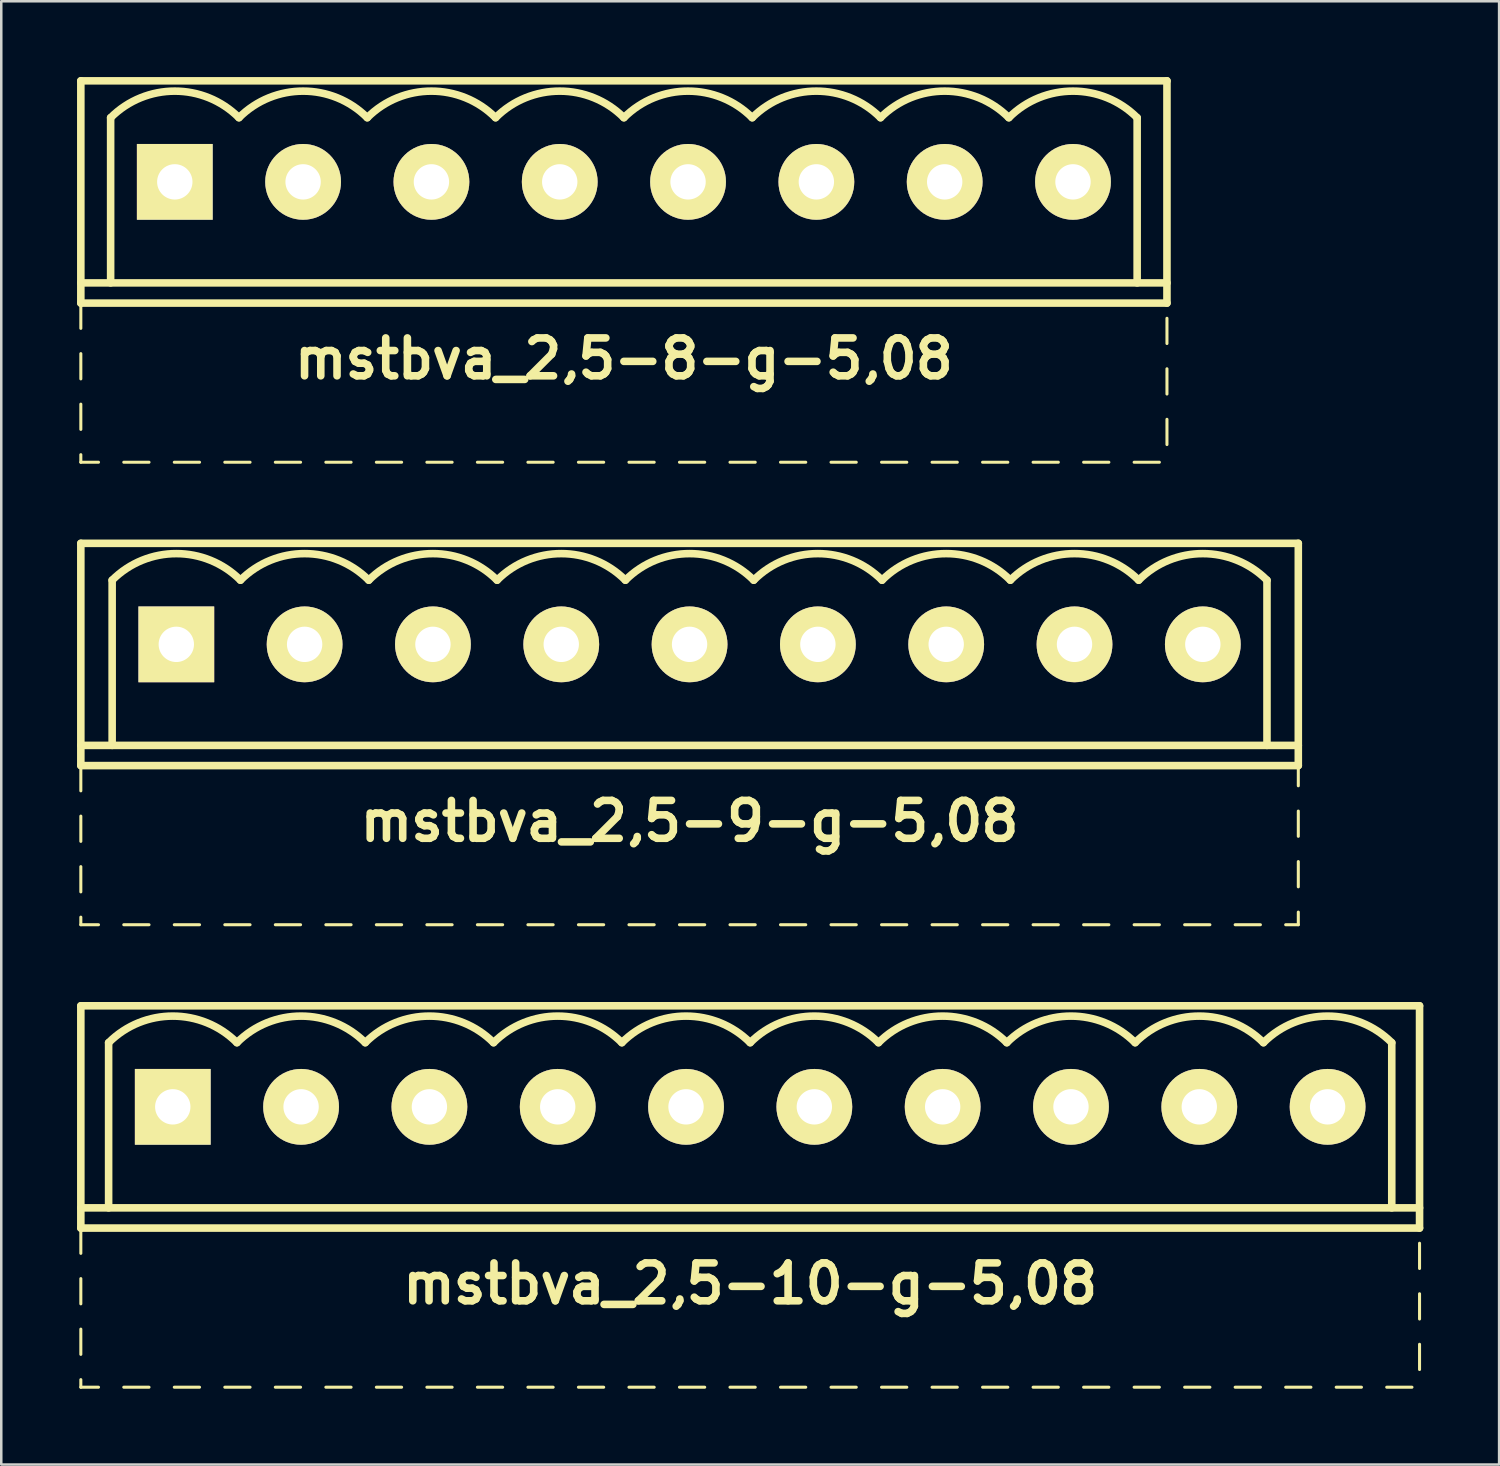
<source format=kicad_pcb>
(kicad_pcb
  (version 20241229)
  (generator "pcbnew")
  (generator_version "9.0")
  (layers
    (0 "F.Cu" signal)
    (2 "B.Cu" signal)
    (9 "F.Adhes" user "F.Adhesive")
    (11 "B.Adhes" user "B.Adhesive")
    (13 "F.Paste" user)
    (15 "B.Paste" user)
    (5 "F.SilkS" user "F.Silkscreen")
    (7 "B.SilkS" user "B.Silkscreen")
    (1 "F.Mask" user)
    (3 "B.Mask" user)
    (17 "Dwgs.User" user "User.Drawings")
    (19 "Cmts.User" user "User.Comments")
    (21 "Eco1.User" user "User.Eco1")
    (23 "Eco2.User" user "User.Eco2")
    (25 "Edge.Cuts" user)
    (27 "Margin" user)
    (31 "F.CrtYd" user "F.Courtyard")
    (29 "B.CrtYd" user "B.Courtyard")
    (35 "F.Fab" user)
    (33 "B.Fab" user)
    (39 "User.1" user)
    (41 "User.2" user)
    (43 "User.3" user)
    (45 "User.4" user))
  (footprint "mstbva_2,5-9-g-5,08"
    (layer "F.Cu")
    (at 24.25 22.46)
    (property "Reference" "mstbva_2,5-9-g-5,08" (at 0 7 0) (layer "F.SilkS") (effects (font (size 1.5 1.5) (thickness 0.3))))
    (attr through_hole)
    (fp_line (start -24.1 -4) (end -24.1 4.8) (stroke (width 0.3) (type solid)) (layer "F.SilkS"))
    (fp_line (start -24.1 4) (end 24.1 4) (stroke (width 0.3) (type solid)) (layer "F.SilkS"))
    (fp_line (start -24.1 4.8) (end -24.1 5.8) (stroke (width 0.12) (type solid)) (layer "F.SilkS"))
    (fp_line (start -24.1 6.8) (end -24.1 7.8) (stroke (width 0.12) (type solid)) (layer "F.SilkS"))
    (fp_line (start -24.1 8.8) (end -24.1 9.8) (stroke (width 0.12) (type solid)) (layer "F.SilkS"))
    (fp_line (start -24.1 10.8) (end -24.1 11.1) (stroke (width 0.12) (type solid)) (layer "F.SilkS"))
    (fp_line (start -24.1 11.1) (end -23.4 11.1) (stroke (width 0.12) (type solid)) (layer "F.SilkS"))
    (fp_line (start -22.86 -2.54) (end -22.86 4) (stroke (width 0.3) (type solid)) (layer "F.SilkS"))
    (fp_line (start -22.4 11.1) (end -21.4 11.1) (stroke (width 0.12) (type solid)) (layer "F.SilkS"))
    (fp_line (start -20.4 11.1) (end -19.4 11.1) (stroke (width 0.12) (type solid)) (layer "F.SilkS"))
    (fp_line (start -18.4 11.1) (end -17.4 11.1) (stroke (width 0.12) (type solid)) (layer "F.SilkS"))
    (fp_line (start -16.4 11.1) (end -15.4 11.1) (stroke (width 0.12) (type solid)) (layer "F.SilkS"))
    (fp_line (start -14.4 11.1) (end -13.4 11.1) (stroke (width 0.12) (type solid)) (layer "F.SilkS"))
    (fp_line (start -12.4 11.1) (end -11.4 11.1) (stroke (width 0.12) (type solid)) (layer "F.SilkS"))
    (fp_line (start -10.4 11.1) (end -9.4 11.1) (stroke (width 0.12) (type solid)) (layer "F.SilkS"))
    (fp_line (start -8.4 11.1) (end -7.4 11.1) (stroke (width 0.12) (type solid)) (layer "F.SilkS"))
    (fp_line (start -6.4 11.1) (end -5.4 11.1) (stroke (width 0.12) (type solid)) (layer "F.SilkS"))
    (fp_line (start -4.4 11.1) (end -3.4 11.1) (stroke (width 0.12) (type solid)) (layer "F.SilkS"))
    (fp_line (start -2.4 11.1) (end -1.4 11.1) (stroke (width 0.12) (type solid)) (layer "F.SilkS"))
    (fp_line (start -0.4 11.1) (end 0.6 11.1) (stroke (width 0.12) (type solid)) (layer "F.SilkS"))
    (fp_line (start 1.6 11.1) (end 2.6 11.1) (stroke (width 0.12) (type solid)) (layer "F.SilkS"))
    (fp_line (start 3.6 11.1) (end 4.6 11.1) (stroke (width 0.12) (type solid)) (layer "F.SilkS"))
    (fp_line (start 5.6 11.1) (end 6.6 11.1) (stroke (width 0.12) (type solid)) (layer "F.SilkS"))
    (fp_line (start 7.6 11.1) (end 8.6 11.1) (stroke (width 0.12) (type solid)) (layer "F.SilkS"))
    (fp_line (start 9.6 11.1) (end 10.6 11.1) (stroke (width 0.12) (type solid)) (layer "F.SilkS"))
    (fp_line (start 11.6 11.1) (end 12.6 11.1) (stroke (width 0.12) (type solid)) (layer "F.SilkS"))
    (fp_line (start 13.6 11.1) (end 14.6 11.1) (stroke (width 0.12) (type solid)) (layer "F.SilkS"))
    (fp_line (start 15.6 11.1) (end 16.6 11.1) (stroke (width 0.12) (type solid)) (layer "F.SilkS"))
    (fp_line (start 17.6 11.1) (end 18.6 11.1) (stroke (width 0.12) (type solid)) (layer "F.SilkS"))
    (fp_line (start 19.6 11.1) (end 20.6 11.1) (stroke (width 0.12) (type solid)) (layer "F.SilkS"))
    (fp_line (start 21.6 11.1) (end 22.6 11.1) (stroke (width 0.12) (type solid)) (layer "F.SilkS"))
    (fp_line (start 22.86 -2.54) (end 22.86 4) (stroke (width 0.3) (type solid)) (layer "F.SilkS"))
    (fp_line (start 23.6 11.1) (end 24.1 11.1) (stroke (width 0.12) (type solid)) (layer "F.SilkS"))
    (fp_line (start 24.1 -4) (end -24.1 -4) (stroke (width 0.3) (type solid)) (layer "F.SilkS"))
    (fp_line (start 24.1 4.8) (end -24.1 4.8) (stroke (width 0.3) (type solid)) (layer "F.SilkS"))
    (fp_line (start 24.1 4.8) (end 24.1 -4) (stroke (width 0.3) (type solid)) (layer "F.SilkS"))
    (fp_line (start 24.1 5.6) (end 24.1 4.8) (stroke (width 0.12) (type solid)) (layer "F.SilkS"))
    (fp_line (start 24.1 7.6) (end 24.1 6.6) (stroke (width 0.12) (type solid)) (layer "F.SilkS"))
    (fp_line (start 24.1 9.6) (end 24.1 8.6) (stroke (width 0.12) (type solid)) (layer "F.SilkS"))
    (fp_line (start 24.1 11.1) (end 24.1 10.6) (stroke (width 0.12) (type solid)) (layer "F.SilkS"))
    (fp_arc (start -22.86 -2.54) (mid -20.32 -3.592102) (end -17.78 -2.54) (stroke (width 0.3) (type solid)) (layer "F.SilkS"))
    (fp_arc (start -17.78 -2.54) (mid -15.24 -3.592102) (end -12.7 -2.54) (stroke (width 0.3) (type solid)) (layer "F.SilkS"))
    (fp_arc (start -12.7 -2.54) (mid -10.16 -3.592102) (end -7.62 -2.54) (stroke (width 0.3) (type solid)) (layer "F.SilkS"))
    (fp_arc (start -7.62 -2.54) (mid -5.08 -3.592102) (end -2.54 -2.54) (stroke (width 0.3) (type solid)) (layer "F.SilkS"))
    (fp_arc (start -2.54 -2.54) (mid 0 -3.592102) (end 2.54 -2.54) (stroke (width 0.3) (type solid)) (layer "F.SilkS"))
    (fp_arc (start 2.54 -2.54) (mid 5.08 -3.592102) (end 7.62 -2.54) (stroke (width 0.3) (type solid)) (layer "F.SilkS"))
    (fp_arc (start 7.62 -2.54) (mid 10.16 -3.592102) (end 12.7 -2.54) (stroke (width 0.3) (type solid)) (layer "F.SilkS"))
    (fp_arc (start 12.7 -2.54) (mid 15.24 -3.592102) (end 17.78 -2.54) (stroke (width 0.3) (type solid)) (layer "F.SilkS"))
    (fp_arc (start 17.78 -2.54) (mid 20.32 -3.592102) (end 22.86 -2.54) (stroke (width 0.3) (type solid)) (layer "F.SilkS"))
    (pad "1" thru_hole rect (at -20.32 0) (size 3 3) (drill 1.4) (layers "*.Cu" "*.Mask" "F.SilkS"))
    (pad "2" thru_hole circle (at -15.24 0) (size 3 3) (drill 1.4) (layers "*.Cu" "*.Mask" "F.SilkS"))
    (pad "3" thru_hole circle (at -10.16 0) (size 3 3) (drill 1.4) (layers "*.Cu" "*.Mask" "F.SilkS"))
    (pad "4" thru_hole circle (at -5.08 0) (size 3 3) (drill 1.4) (layers "*.Cu" "*.Mask" "F.SilkS"))
    (pad "5" thru_hole circle (at 0 0) (size 3 3) (drill 1.4) (layers "*.Cu" "*.Mask" "F.SilkS"))
    (pad "6" thru_hole circle (at 5.08 0) (size 3 3) (drill 1.4) (layers "*.Cu" "*.Mask" "F.SilkS"))
    (pad "7" thru_hole circle (at 10.16 0) (size 3 3) (drill 1.4) (layers "*.Cu" "*.Mask" "F.SilkS"))
    (pad "8" thru_hole circle (at 15.24 0) (size 3 3) (drill 1.4) (layers "*.Cu" "*.Mask" "F.SilkS"))
    (pad "9" thru_hole circle (at 20.32 0) (size 3 3) (drill 1.4) (layers "*.Cu" "*.Mask" "F.SilkS")))
  (footprint "mstbva_2,5-10-g-5,08"
    (layer "F.Cu")
    (at 26.65 40.77)
    (property "Reference" "mstbva_2,5-10-g-5,08" (at 0 7 0) (layer "F.SilkS") (effects (font (size 1.5 1.5) (thickness 0.3))))
    (attr through_hole)
    (fp_line (start -26.5 -4) (end -26.5 4.8) (stroke (width 0.3) (type solid)) (layer "F.SilkS"))
    (fp_line (start -26.5 4) (end 26.5 4) (stroke (width 0.3) (type solid)) (layer "F.SilkS"))
    (fp_line (start -26.5 4.8) (end -26.5 5.8) (stroke (width 0.12) (type solid)) (layer "F.SilkS"))
    (fp_line (start -26.5 6.8) (end -26.5 7.8) (stroke (width 0.12) (type solid)) (layer "F.SilkS"))
    (fp_line (start -26.5 8.8) (end -26.5 9.8) (stroke (width 0.12) (type solid)) (layer "F.SilkS"))
    (fp_line (start -26.5 10.8) (end -26.5 11.1) (stroke (width 0.12) (type solid)) (layer "F.SilkS"))
    (fp_line (start -26.5 11.1) (end -25.8 11.1) (stroke (width 0.12) (type solid)) (layer "F.SilkS"))
    (fp_line (start -25.4 -2.54) (end -25.4 4) (stroke (width 0.3) (type solid)) (layer "F.SilkS"))
    (fp_line (start -24.8 11.1) (end -23.8 11.1) (stroke (width 0.12) (type solid)) (layer "F.SilkS"))
    (fp_line (start -22.8 11.1) (end -21.8 11.1) (stroke (width 0.12) (type solid)) (layer "F.SilkS"))
    (fp_line (start -20.8 11.1) (end -19.8 11.1) (stroke (width 0.12) (type solid)) (layer "F.SilkS"))
    (fp_line (start -18.8 11.1) (end -17.8 11.1) (stroke (width 0.12) (type solid)) (layer "F.SilkS"))
    (fp_line (start -16.8 11.1) (end -15.8 11.1) (stroke (width 0.12) (type solid)) (layer "F.SilkS"))
    (fp_line (start -14.8 11.1) (end -13.8 11.1) (stroke (width 0.12) (type solid)) (layer "F.SilkS"))
    (fp_line (start -12.8 11.1) (end -11.8 11.1) (stroke (width 0.12) (type solid)) (layer "F.SilkS"))
    (fp_line (start -10.8 11.1) (end -9.8 11.1) (stroke (width 0.12) (type solid)) (layer "F.SilkS"))
    (fp_line (start -8.8 11.1) (end -7.8 11.1) (stroke (width 0.12) (type solid)) (layer "F.SilkS"))
    (fp_line (start -6.8 11.1) (end -5.8 11.1) (stroke (width 0.12) (type solid)) (layer "F.SilkS"))
    (fp_line (start -4.8 11.1) (end -3.8 11.1) (stroke (width 0.12) (type solid)) (layer "F.SilkS"))
    (fp_line (start -2.8 11.1) (end -1.8 11.1) (stroke (width 0.12) (type solid)) (layer "F.SilkS"))
    (fp_line (start -0.8 11.1) (end 0.2 11.1) (stroke (width 0.12) (type solid)) (layer "F.SilkS"))
    (fp_line (start 1.2 11.1) (end 2.2 11.1) (stroke (width 0.12) (type solid)) (layer "F.SilkS"))
    (fp_line (start 3.2 11.1) (end 4.2 11.1) (stroke (width 0.12) (type solid)) (layer "F.SilkS"))
    (fp_line (start 5.2 11.1) (end 6.2 11.1) (stroke (width 0.12) (type solid)) (layer "F.SilkS"))
    (fp_line (start 7.2 11.1) (end 8.2 11.1) (stroke (width 0.12) (type solid)) (layer "F.SilkS"))
    (fp_line (start 9.2 11.1) (end 10.2 11.1) (stroke (width 0.12) (type solid)) (layer "F.SilkS"))
    (fp_line (start 11.2 11.1) (end 12.2 11.1) (stroke (width 0.12) (type solid)) (layer "F.SilkS"))
    (fp_line (start 13.2 11.1) (end 14.2 11.1) (stroke (width 0.12) (type solid)) (layer "F.SilkS"))
    (fp_line (start 15.2 11.1) (end 16.2 11.1) (stroke (width 0.12) (type solid)) (layer "F.SilkS"))
    (fp_line (start 17.2 11.1) (end 18.2 11.1) (stroke (width 0.12) (type solid)) (layer "F.SilkS"))
    (fp_line (start 19.2 11.1) (end 20.2 11.1) (stroke (width 0.12) (type solid)) (layer "F.SilkS"))
    (fp_line (start 21.2 11.1) (end 22.2 11.1) (stroke (width 0.12) (type solid)) (layer "F.SilkS"))
    (fp_line (start 23.2 11.1) (end 24.2 11.1) (stroke (width 0.12) (type solid)) (layer "F.SilkS"))
    (fp_line (start 25.2 11.1) (end 26.2 11.1) (stroke (width 0.12) (type solid)) (layer "F.SilkS"))
    (fp_line (start 25.4 -2.54) (end 25.4 4) (stroke (width 0.3) (type solid)) (layer "F.SilkS"))
    (fp_line (start 26.5 -4) (end -26.5 -4) (stroke (width 0.3) (type solid)) (layer "F.SilkS"))
    (fp_line (start 26.5 4.8) (end -26.5 4.8) (stroke (width 0.3) (type solid)) (layer "F.SilkS"))
    (fp_line (start 26.5 4.8) (end 26.5 -4) (stroke (width 0.3) (type solid)) (layer "F.SilkS"))
    (fp_line (start 26.5 6.4) (end 26.5 5.4) (stroke (width 0.12) (type solid)) (layer "F.SilkS"))
    (fp_line (start 26.5 8.4) (end 26.5 7.4) (stroke (width 0.12) (type solid)) (layer "F.SilkS"))
    (fp_line (start 26.5 10.4) (end 26.5 9.4) (stroke (width 0.12) (type solid)) (layer "F.SilkS"))
    (fp_arc (start -25.4 -2.54) (mid -22.86 -3.592102) (end -20.32 -2.54) (stroke (width 0.3) (type solid)) (layer "F.SilkS"))
    (fp_arc (start -20.32 -2.54) (mid -17.78 -3.592102) (end -15.24 -2.54) (stroke (width 0.3) (type solid)) (layer "F.SilkS"))
    (fp_arc (start -15.24 -2.54) (mid -12.7 -3.592102) (end -10.16 -2.54) (stroke (width 0.3) (type solid)) (layer "F.SilkS"))
    (fp_arc (start -10.16 -2.54) (mid -7.62 -3.592102) (end -5.08 -2.54) (stroke (width 0.3) (type solid)) (layer "F.SilkS"))
    (fp_arc (start -5.08 -2.54) (mid -2.54 -3.592102) (end 0 -2.54) (stroke (width 0.3) (type solid)) (layer "F.SilkS"))
    (fp_arc (start 0 -2.54) (mid 2.54 -3.592102) (end 5.08 -2.54) (stroke (width 0.3) (type solid)) (layer "F.SilkS"))
    (fp_arc (start 5.08 -2.54) (mid 7.62 -3.592102) (end 10.16 -2.54) (stroke (width 0.3) (type solid)) (layer "F.SilkS"))
    (fp_arc (start 10.16 -2.54) (mid 12.7 -3.592102) (end 15.24 -2.54) (stroke (width 0.3) (type solid)) (layer "F.SilkS"))
    (fp_arc (start 15.24 -2.54) (mid 17.78 -3.592102) (end 20.32 -2.54) (stroke (width 0.3) (type solid)) (layer "F.SilkS"))
    (fp_arc (start 20.32 -2.54) (mid 22.86 -3.592102) (end 25.4 -2.54) (stroke (width 0.3) (type solid)) (layer "F.SilkS"))
    (pad "1" thru_hole rect (at -22.86 0) (size 3 3) (drill 1.4) (layers "*.Cu" "*.Mask" "F.SilkS"))
    (pad "2" thru_hole circle (at -17.78 0) (size 3 3) (drill 1.4) (layers "*.Cu" "*.Mask" "F.SilkS"))
    (pad "3" thru_hole circle (at -12.7 0) (size 3 3) (drill 1.4) (layers "*.Cu" "*.Mask" "F.SilkS"))
    (pad "4" thru_hole circle (at -7.62 0) (size 3 3) (drill 1.4) (layers "*.Cu" "*.Mask" "F.SilkS"))
    (pad "5" thru_hole circle (at -2.54 0) (size 3 3) (drill 1.4) (layers "*.Cu" "*.Mask" "F.SilkS"))
    (pad "6" thru_hole circle (at 2.54 0) (size 3 3) (drill 1.4) (layers "*.Cu" "*.Mask" "F.SilkS"))
    (pad "7" thru_hole circle (at 7.62 0) (size 3 3) (drill 1.4) (layers "*.Cu" "*.Mask" "F.SilkS"))
    (pad "8" thru_hole circle (at 12.7 0) (size 3 3) (drill 1.4) (layers "*.Cu" "*.Mask" "F.SilkS"))
    (pad "9" thru_hole circle (at 17.78 0) (size 3 3) (drill 1.4) (layers "*.Cu" "*.Mask" "F.SilkS"))
    (pad "10" thru_hole circle (at 22.86 0) (size 3 3) (drill 1.4) (layers "*.Cu" "*.Mask" "F.SilkS")))
  (footprint "mstbva_2,5-8-g-5,08"
    (layer "F.Cu")
    (at 21.65 4.15)
    (property "Reference" "mstbva_2,5-8-g-5,08" (at 0 7 0) (layer "F.SilkS") (effects (font (size 1.5 1.5) (thickness 0.3))))
    (attr through_hole)
    (fp_line (start -21.5 -4) (end -21.5 4.8) (stroke (width 0.3) (type solid)) (layer "F.SilkS"))
    (fp_line (start -21.5 4.8) (end -21.5 5.8) (stroke (width 0.12) (type solid)) (layer "F.SilkS"))
    (fp_line (start -21.5 4.8) (end 21.5 4.8) (stroke (width 0.3) (type solid)) (layer "F.SilkS"))
    (fp_line (start -21.5 6.8) (end -21.5 7.8) (stroke (width 0.12) (type solid)) (layer "F.SilkS"))
    (fp_line (start -21.5 8.8) (end -21.5 9.8) (stroke (width 0.12) (type solid)) (layer "F.SilkS"))
    (fp_line (start -21.5 10.8) (end -21.5 11.1) (stroke (width 0.12) (type solid)) (layer "F.SilkS"))
    (fp_line (start -21.5 11.1) (end -20.8 11.1) (stroke (width 0.12) (type solid)) (layer "F.SilkS"))
    (fp_line (start -20.32 -2.54) (end -20.32 4) (stroke (width 0.3) (type solid)) (layer "F.SilkS"))
    (fp_line (start -19.8 11.1) (end -18.8 11.1) (stroke (width 0.12) (type solid)) (layer "F.SilkS"))
    (fp_line (start -17.8 11.1) (end -16.8 11.1) (stroke (width 0.12) (type solid)) (layer "F.SilkS"))
    (fp_line (start -15.8 11.1) (end -14.8 11.1) (stroke (width 0.12) (type solid)) (layer "F.SilkS"))
    (fp_line (start -13.8 11.1) (end -12.8 11.1) (stroke (width 0.12) (type solid)) (layer "F.SilkS"))
    (fp_line (start -11.8 11.1) (end -10.8 11.1) (stroke (width 0.12) (type solid)) (layer "F.SilkS"))
    (fp_line (start -9.8 11.1) (end -8.8 11.1) (stroke (width 0.12) (type solid)) (layer "F.SilkS"))
    (fp_line (start -7.8 11.1) (end -6.8 11.1) (stroke (width 0.12) (type solid)) (layer "F.SilkS"))
    (fp_line (start -5.8 11.1) (end -4.8 11.1) (stroke (width 0.12) (type solid)) (layer "F.SilkS"))
    (fp_line (start -3.8 11.1) (end -2.8 11.1) (stroke (width 0.12) (type solid)) (layer "F.SilkS"))
    (fp_line (start -1.8 11.1) (end -0.8 11.1) (stroke (width 0.12) (type solid)) (layer "F.SilkS"))
    (fp_line (start 0.2 11.1) (end 1.2 11.1) (stroke (width 0.12) (type solid)) (layer "F.SilkS"))
    (fp_line (start 2.2 11.1) (end 3.2 11.1) (stroke (width 0.12) (type solid)) (layer "F.SilkS"))
    (fp_line (start 4.2 11.1) (end 5.2 11.1) (stroke (width 0.12) (type solid)) (layer "F.SilkS"))
    (fp_line (start 6.2 11.1) (end 7.2 11.1) (stroke (width 0.12) (type solid)) (layer "F.SilkS"))
    (fp_line (start 8.2 11.1) (end 9.2 11.1) (stroke (width 0.12) (type solid)) (layer "F.SilkS"))
    (fp_line (start 10.2 11.1) (end 11.2 11.1) (stroke (width 0.12) (type solid)) (layer "F.SilkS"))
    (fp_line (start 12.2 11.1) (end 13.2 11.1) (stroke (width 0.12) (type solid)) (layer "F.SilkS"))
    (fp_line (start 14.2 11.1) (end 15.2 11.1) (stroke (width 0.12) (type solid)) (layer "F.SilkS"))
    (fp_line (start 16.2 11.1) (end 17.2 11.1) (stroke (width 0.12) (type solid)) (layer "F.SilkS"))
    (fp_line (start 18.2 11.1) (end 19.2 11.1) (stroke (width 0.12) (type solid)) (layer "F.SilkS"))
    (fp_line (start 20.2 11.1) (end 21.2 11.1) (stroke (width 0.12) (type solid)) (layer "F.SilkS"))
    (fp_line (start 20.32 -2.54) (end 20.32 4) (stroke (width 0.3) (type solid)) (layer "F.SilkS"))
    (fp_line (start 21.5 -4) (end -21.5 -4) (stroke (width 0.3) (type solid)) (layer "F.SilkS"))
    (fp_line (start 21.5 4) (end -21.5 4) (stroke (width 0.3) (type solid)) (layer "F.SilkS"))
    (fp_line (start 21.5 4.8) (end 21.5 -4) (stroke (width 0.3) (type solid)) (layer "F.SilkS"))
    (fp_line (start 21.5 6.4) (end 21.5 5.4) (stroke (width 0.12) (type solid)) (layer "F.SilkS"))
    (fp_line (start 21.5 8.4) (end 21.5 7.4) (stroke (width 0.12) (type solid)) (layer "F.SilkS"))
    (fp_line (start 21.5 10.4) (end 21.5 9.4) (stroke (width 0.12) (type solid)) (layer "F.SilkS"))
    (fp_arc (start -20.32 -2.54) (mid -17.78 -3.592102) (end -15.24 -2.54) (stroke (width 0.3) (type solid)) (layer "F.SilkS"))
    (fp_arc (start -15.24 -2.54) (mid -12.7 -3.592102) (end -10.16 -2.54) (stroke (width 0.3) (type solid)) (layer "F.SilkS"))
    (fp_arc (start -10.16 -2.54) (mid -7.62 -3.592102) (end -5.08 -2.54) (stroke (width 0.3) (type solid)) (layer "F.SilkS"))
    (fp_arc (start -5.08 -2.54) (mid -2.54 -3.592102) (end 0 -2.54) (stroke (width 0.3) (type solid)) (layer "F.SilkS"))
    (fp_arc (start 0 -2.54) (mid 2.54 -3.592102) (end 5.08 -2.54) (stroke (width 0.3) (type solid)) (layer "F.SilkS"))
    (fp_arc (start 5.08 -2.54) (mid 7.62 -3.592102) (end 10.16 -2.54) (stroke (width 0.3) (type solid)) (layer "F.SilkS"))
    (fp_arc (start 10.16 -2.54) (mid 12.7 -3.592102) (end 15.24 -2.54) (stroke (width 0.3) (type solid)) (layer "F.SilkS"))
    (fp_arc (start 15.24 -2.54) (mid 17.78 -3.592102) (end 20.32 -2.54) (stroke (width 0.3) (type solid)) (layer "F.SilkS"))
    (pad "1" thru_hole rect (at -17.78 0) (size 3 3) (drill 1.4) (layers "*.Cu" "*.Mask" "F.SilkS"))
    (pad "2" thru_hole circle (at -12.7 0) (size 3 3) (drill 1.4) (layers "*.Cu" "*.Mask" "F.SilkS"))
    (pad "3" thru_hole circle (at -7.62 0) (size 3 3) (drill 1.4) (layers "*.Cu" "*.Mask" "F.SilkS"))
    (pad "4" thru_hole circle (at -2.54 0) (size 3 3) (drill 1.4) (layers "*.Cu" "*.Mask" "F.SilkS"))
    (pad "5" thru_hole circle (at 2.54 0) (size 3 3) (drill 1.4) (layers "*.Cu" "*.Mask" "F.SilkS"))
    (pad "6" thru_hole circle (at 7.62 0) (size 3 3) (drill 1.4) (layers "*.Cu" "*.Mask" "F.SilkS"))
    (pad "7" thru_hole circle (at 12.7 0) (size 3 3) (drill 1.4) (layers "*.Cu" "*.Mask" "F.SilkS"))
    (pad "8" thru_hole circle (at 17.78 0) (size 3 3) (drill 1.4) (layers "*.Cu" "*.Mask" "F.SilkS")))
  (gr_rect
    (start -3 -3)
    (end 56.3 54.93)
    (stroke (width 0.1) (type default))
    (fill no)
    (layer "Edge.Cuts")))
</source>
